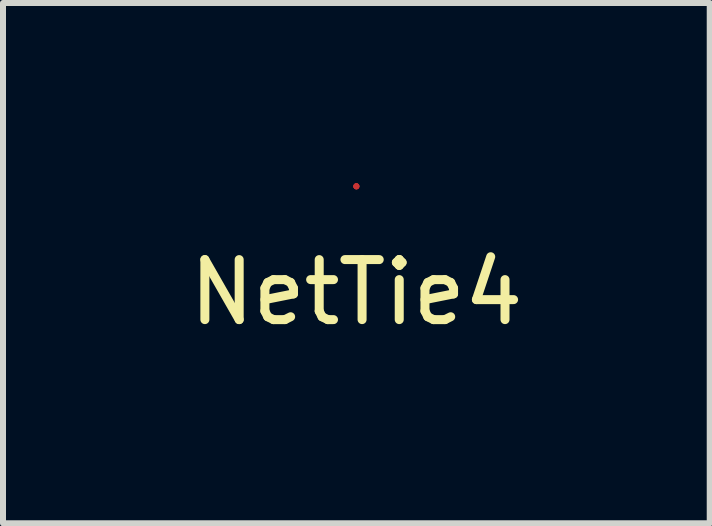
<source format=kicad_pcb>
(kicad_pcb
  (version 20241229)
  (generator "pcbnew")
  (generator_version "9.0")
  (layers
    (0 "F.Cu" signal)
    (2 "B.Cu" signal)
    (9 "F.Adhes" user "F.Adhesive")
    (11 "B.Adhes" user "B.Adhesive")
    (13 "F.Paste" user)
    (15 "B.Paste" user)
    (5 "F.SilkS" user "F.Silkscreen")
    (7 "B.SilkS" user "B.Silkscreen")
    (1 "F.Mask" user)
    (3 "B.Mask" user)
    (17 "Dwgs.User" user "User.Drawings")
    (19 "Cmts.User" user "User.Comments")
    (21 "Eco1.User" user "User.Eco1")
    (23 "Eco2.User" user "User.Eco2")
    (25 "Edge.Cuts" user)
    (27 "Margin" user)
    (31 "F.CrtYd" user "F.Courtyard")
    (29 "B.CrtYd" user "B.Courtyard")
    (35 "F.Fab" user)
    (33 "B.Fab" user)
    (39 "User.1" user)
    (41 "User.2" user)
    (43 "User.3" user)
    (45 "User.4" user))
  (footprint "NetTie4"
    (layer "F.Cu")
    (at 2.887 1.32)
    (property "Reference" "NetTie4" (at 0 0.5 0) (layer "F.SilkS") (effects (font (size 1 1) (thickness 0.15))))
    (attr through_hole)
    (pad "1" smd circle (at 0 -1.27) (size 0.1 0.1) (layers "F.Cu" "F.Mask" "F.Paste"))
    (pad "2" smd circle (at 0 -1.265) (size 0.1 0.1) (layers "F.Cu" "F.Mask" "F.Paste"))
    (pad "3" smd circle (at 0 -1.265) (size 0.1 0.1) (layers "F.Cu" "F.Mask" "F.Paste"))
    (pad "4" smd circle (at 0 -1.265) (size 0.1 0.1) (layers "F.Cu" "F.Mask" "F.Paste")))
  (gr_rect
    (start -3 -3)
    (end 8.774 5.668)
    (stroke (width 0.1) (type default))
    (fill no)
    (layer "Edge.Cuts")))
</source>
